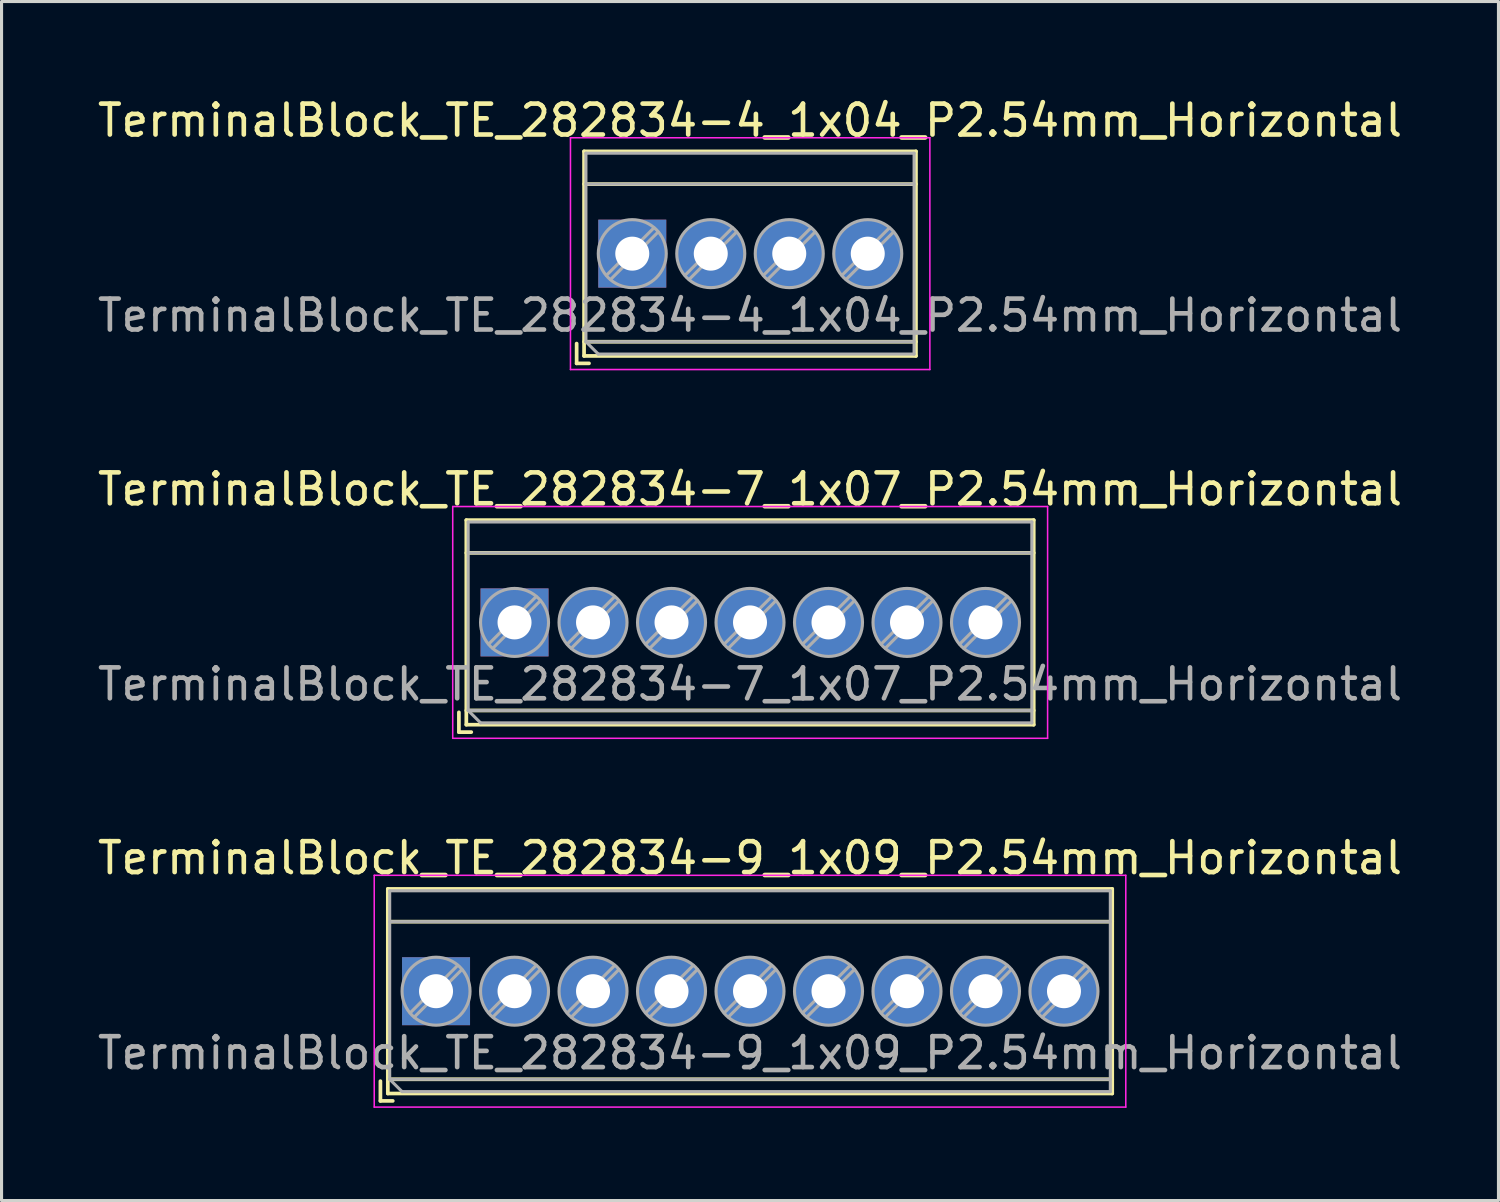
<source format=kicad_pcb>
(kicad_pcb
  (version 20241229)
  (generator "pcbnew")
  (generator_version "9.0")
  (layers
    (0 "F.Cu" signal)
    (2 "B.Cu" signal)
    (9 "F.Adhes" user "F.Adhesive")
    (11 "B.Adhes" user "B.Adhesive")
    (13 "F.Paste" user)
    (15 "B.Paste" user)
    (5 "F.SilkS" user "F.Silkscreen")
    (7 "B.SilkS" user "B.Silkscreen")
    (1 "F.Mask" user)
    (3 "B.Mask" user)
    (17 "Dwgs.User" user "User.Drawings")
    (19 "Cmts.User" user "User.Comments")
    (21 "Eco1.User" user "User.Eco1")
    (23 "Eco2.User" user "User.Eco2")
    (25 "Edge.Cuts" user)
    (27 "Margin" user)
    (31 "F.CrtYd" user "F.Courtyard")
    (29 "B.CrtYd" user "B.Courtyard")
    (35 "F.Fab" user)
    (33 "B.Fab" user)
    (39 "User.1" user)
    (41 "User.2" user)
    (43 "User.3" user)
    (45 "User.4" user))
  (footprint "TerminalBlock_TE_282834-9_1x09_P2.54mm_Horizontal"
    (layer "F.Cu")
    (at 11.06 29.025)
    (property "Reference" "TerminalBlock_TE_282834-9_1x09_P2.54mm_Horizontal" (at 10.16 -4.31 0) (layer "F.SilkS") (effects (font (size 1 1) (thickness 0.15))))
    (attr through_hole)
    (fp_line (start -1.8 2.91) (end -1.8 3.55) (stroke (width 0.12) (type solid)) (layer "F.SilkS"))
    (fp_line (start -1.8 3.55) (end -1.4 3.55) (stroke (width 0.12) (type solid)) (layer "F.SilkS"))
    (fp_line (start -1.56 -3.31) (end -1.56 3.31) (stroke (width 0.12) (type solid)) (layer "F.SilkS"))
    (fp_line (start -1.56 -3.31) (end 21.881 -3.31) (stroke (width 0.12) (type solid)) (layer "F.SilkS"))
    (fp_line (start -1.56 -2.25) (end 21.881 -2.25) (stroke (width 0.12) (type solid)) (layer "F.SilkS"))
    (fp_line (start -1.56 2.85) (end 21.881 2.85) (stroke (width 0.12) (type solid)) (layer "F.SilkS"))
    (fp_line (start -1.56 3.31) (end 21.881 3.31) (stroke (width 0.12) (type solid)) (layer "F.SilkS"))
    (fp_line (start 21.881 -3.31) (end 21.881 3.31) (stroke (width 0.12) (type solid)) (layer "F.SilkS"))
    (fp_line (start -2 -3.75) (end -2 3.75) (stroke (width 0.05) (type solid)) (layer "F.CrtYd"))
    (fp_line (start -2 3.75) (end 22.32 3.75) (stroke (width 0.05) (type solid)) (layer "F.CrtYd"))
    (fp_line (start 22.32 -3.75) (end -2 -3.75) (stroke (width 0.05) (type solid)) (layer "F.CrtYd"))
    (fp_line (start 22.32 3.75) (end 22.32 -3.75) (stroke (width 0.05) (type solid)) (layer "F.CrtYd"))
    (fp_line (start -1.5 -3.25) (end 21.82 -3.25) (stroke (width 0.1) (type solid)) (layer "F.Fab"))
    (fp_line (start -1.5 -2.25) (end 21.82 -2.25) (stroke (width 0.1) (type solid)) (layer "F.Fab"))
    (fp_line (start -1.5 2.85) (end -1.5 -3.25) (stroke (width 0.1) (type solid)) (layer "F.Fab"))
    (fp_line (start -1.5 2.85) (end 21.82 2.85) (stroke (width 0.1) (type solid)) (layer "F.Fab"))
    (fp_line (start -1.1 3.25) (end -1.5 2.85) (stroke (width 0.1) (type solid)) (layer "F.Fab"))
    (fp_line (start 0.701 -0.835) (end -0.835 0.7) (stroke (width 0.1) (type solid)) (layer "F.Fab"))
    (fp_line (start 0.835 -0.7) (end -0.701 0.835) (stroke (width 0.1) (type solid)) (layer "F.Fab"))
    (fp_line (start 3.241 -0.835) (end 1.706 0.7) (stroke (width 0.1) (type solid)) (layer "F.Fab"))
    (fp_line (start 3.375 -0.7) (end 1.84 0.835) (stroke (width 0.1) (type solid)) (layer "F.Fab"))
    (fp_line (start 5.781 -0.835) (end 4.246 0.7) (stroke (width 0.1) (type solid)) (layer "F.Fab"))
    (fp_line (start 5.915 -0.7) (end 4.38 0.835) (stroke (width 0.1) (type solid)) (layer "F.Fab"))
    (fp_line (start 8.321 -0.835) (end 6.786 0.7) (stroke (width 0.1) (type solid)) (layer "F.Fab"))
    (fp_line (start 8.455 -0.7) (end 6.92 0.835) (stroke (width 0.1) (type solid)) (layer "F.Fab"))
    (fp_line (start 10.861 -0.835) (end 9.326 0.7) (stroke (width 0.1) (type solid)) (layer "F.Fab"))
    (fp_line (start 10.995 -0.7) (end 9.46 0.835) (stroke (width 0.1) (type solid)) (layer "F.Fab"))
    (fp_line (start 13.401 -0.835) (end 11.866 0.7) (stroke (width 0.1) (type solid)) (layer "F.Fab"))
    (fp_line (start 13.535 -0.7) (end 12 0.835) (stroke (width 0.1) (type solid)) (layer "F.Fab"))
    (fp_line (start 15.941 -0.835) (end 14.406 0.7) (stroke (width 0.1) (type solid)) (layer "F.Fab"))
    (fp_line (start 16.075 -0.7) (end 14.54 0.835) (stroke (width 0.1) (type solid)) (layer "F.Fab"))
    (fp_line (start 18.481 -0.835) (end 16.946 0.7) (stroke (width 0.1) (type solid)) (layer "F.Fab"))
    (fp_line (start 18.615 -0.7) (end 17.08 0.835) (stroke (width 0.1) (type solid)) (layer "F.Fab"))
    (fp_line (start 21.021 -0.835) (end 19.486 0.7) (stroke (width 0.1) (type solid)) (layer "F.Fab"))
    (fp_line (start 21.155 -0.7) (end 19.62 0.835) (stroke (width 0.1) (type solid)) (layer "F.Fab"))
    (fp_line (start 21.82 -3.25) (end 21.82 3.25) (stroke (width 0.1) (type solid)) (layer "F.Fab"))
    (fp_line (start 21.82 3.25) (end -1.1 3.25) (stroke (width 0.1) (type solid)) (layer "F.Fab"))
    (fp_circle (center 0 0) (end 1.1 0) (stroke (width 0.1) (type solid)) (fill no) (layer "F.Fab"))
    (fp_circle (center 2.54 0) (end 3.64 0) (stroke (width 0.1) (type solid)) (fill no) (layer "F.Fab"))
    (fp_circle (center 5.08 0) (end 6.18 0) (stroke (width 0.1) (type solid)) (fill no) (layer "F.Fab"))
    (fp_circle (center 7.62 0) (end 8.72 0) (stroke (width 0.1) (type solid)) (fill no) (layer "F.Fab"))
    (fp_circle (center 10.16 0) (end 11.26 0) (stroke (width 0.1) (type solid)) (fill no) (layer "F.Fab"))
    (fp_circle (center 12.7 0) (end 13.8 0) (stroke (width 0.1) (type solid)) (fill no) (layer "F.Fab"))
    (fp_circle (center 15.24 0) (end 16.34 0) (stroke (width 0.1) (type solid)) (fill no) (layer "F.Fab"))
    (fp_circle (center 17.78 0) (end 18.88 0) (stroke (width 0.1) (type solid)) (fill no) (layer "F.Fab"))
    (fp_circle (center 20.32 0) (end 21.42 0) (stroke (width 0.1) (type solid)) (fill no) (layer "F.Fab"))
    (fp_text user "${REFERENCE}" (at 10.16 2 0) (layer "F.Fab") (effects (font (size 1 1) (thickness 0.15))))
    (pad "1" thru_hole rect (at 0 0) (size 2.2 2.2) (drill 1.1) (layers "*.Cu" "*.Mask"))
    (pad "2" thru_hole circle (at 2.54 0) (size 2.2 2.2) (drill 1.1) (layers "*.Cu" "*.Mask"))
    (pad "3" thru_hole circle (at 5.08 0) (size 2.2 2.2) (drill 1.1) (layers "*.Cu" "*.Mask"))
    (pad "4" thru_hole circle (at 7.62 0) (size 2.2 2.2) (drill 1.1) (layers "*.Cu" "*.Mask"))
    (pad "5" thru_hole circle (at 10.16 0) (size 2.2 2.2) (drill 1.1) (layers "*.Cu" "*.Mask"))
    (pad "6" thru_hole circle (at 12.7 0) (size 2.2 2.2) (drill 1.1) (layers "*.Cu" "*.Mask"))
    (pad "7" thru_hole circle (at 15.24 0) (size 2.2 2.2) (drill 1.1) (layers "*.Cu" "*.Mask"))
    (pad "8" thru_hole circle (at 17.78 0) (size 2.2 2.2) (drill 1.1) (layers "*.Cu" "*.Mask"))
    (pad "9" thru_hole circle (at 20.32 0) (size 2.2 2.2) (drill 1.1) (layers "*.Cu" "*.Mask")))
  (footprint "TerminalBlock_TE_282834-4_1x04_P2.54mm_Horizontal"
    (layer "F.Cu")
    (at 17.41 5.158)
    (property "Reference" "TerminalBlock_TE_282834-4_1x04_P2.54mm_Horizontal" (at 3.81 -4.31 0) (layer "F.SilkS") (effects (font (size 1 1) (thickness 0.15))))
    (attr through_hole)
    (fp_line (start -1.8 2.91) (end -1.8 3.55) (stroke (width 0.12) (type solid)) (layer "F.SilkS"))
    (fp_line (start -1.8 3.55) (end -1.4 3.55) (stroke (width 0.12) (type solid)) (layer "F.SilkS"))
    (fp_line (start -1.56 -3.31) (end -1.56 3.31) (stroke (width 0.12) (type solid)) (layer "F.SilkS"))
    (fp_line (start -1.56 -3.31) (end 9.18 -3.31) (stroke (width 0.12) (type solid)) (layer "F.SilkS"))
    (fp_line (start -1.56 -2.25) (end 9.18 -2.25) (stroke (width 0.12) (type solid)) (layer "F.SilkS"))
    (fp_line (start -1.56 2.85) (end 9.18 2.85) (stroke (width 0.12) (type solid)) (layer "F.SilkS"))
    (fp_line (start -1.56 3.31) (end 9.18 3.31) (stroke (width 0.12) (type solid)) (layer "F.SilkS"))
    (fp_line (start 9.18 -3.31) (end 9.18 3.31) (stroke (width 0.12) (type solid)) (layer "F.SilkS"))
    (fp_line (start -2 -3.75) (end -2 3.75) (stroke (width 0.05) (type solid)) (layer "F.CrtYd"))
    (fp_line (start -2 3.75) (end 9.63 3.75) (stroke (width 0.05) (type solid)) (layer "F.CrtYd"))
    (fp_line (start 9.63 -3.75) (end -2 -3.75) (stroke (width 0.05) (type solid)) (layer "F.CrtYd"))
    (fp_line (start 9.63 3.75) (end 9.63 -3.75) (stroke (width 0.05) (type solid)) (layer "F.CrtYd"))
    (fp_line (start -1.5 -3.25) (end 9.12 -3.25) (stroke (width 0.1) (type solid)) (layer "F.Fab"))
    (fp_line (start -1.5 -2.25) (end 9.12 -2.25) (stroke (width 0.1) (type solid)) (layer "F.Fab"))
    (fp_line (start -1.5 2.85) (end -1.5 -3.25) (stroke (width 0.1) (type solid)) (layer "F.Fab"))
    (fp_line (start -1.5 2.85) (end 9.12 2.85) (stroke (width 0.1) (type solid)) (layer "F.Fab"))
    (fp_line (start -1.1 3.25) (end -1.5 2.85) (stroke (width 0.1) (type solid)) (layer "F.Fab"))
    (fp_line (start 0.701 -0.835) (end -0.835 0.7) (stroke (width 0.1) (type solid)) (layer "F.Fab"))
    (fp_line (start 0.835 -0.7) (end -0.701 0.835) (stroke (width 0.1) (type solid)) (layer "F.Fab"))
    (fp_line (start 3.241 -0.835) (end 1.706 0.7) (stroke (width 0.1) (type solid)) (layer "F.Fab"))
    (fp_line (start 3.375 -0.7) (end 1.84 0.835) (stroke (width 0.1) (type solid)) (layer "F.Fab"))
    (fp_line (start 5.781 -0.835) (end 4.246 0.7) (stroke (width 0.1) (type solid)) (layer "F.Fab"))
    (fp_line (start 5.915 -0.7) (end 4.38 0.835) (stroke (width 0.1) (type solid)) (layer "F.Fab"))
    (fp_line (start 8.321 -0.835) (end 6.786 0.7) (stroke (width 0.1) (type solid)) (layer "F.Fab"))
    (fp_line (start 8.455 -0.7) (end 6.92 0.835) (stroke (width 0.1) (type solid)) (layer "F.Fab"))
    (fp_line (start 9.12 -3.25) (end 9.12 3.25) (stroke (width 0.1) (type solid)) (layer "F.Fab"))
    (fp_line (start 9.12 3.25) (end -1.1 3.25) (stroke (width 0.1) (type solid)) (layer "F.Fab"))
    (fp_circle (center 0 0) (end 1.1 0) (stroke (width 0.1) (type solid)) (fill no) (layer "F.Fab"))
    (fp_circle (center 2.54 0) (end 3.64 0) (stroke (width 0.1) (type solid)) (fill no) (layer "F.Fab"))
    (fp_circle (center 5.08 0) (end 6.18 0) (stroke (width 0.1) (type solid)) (fill no) (layer "F.Fab"))
    (fp_circle (center 7.62 0) (end 8.72 0) (stroke (width 0.1) (type solid)) (fill no) (layer "F.Fab"))
    (fp_text user "${REFERENCE}" (at 3.81 2 0) (layer "F.Fab") (effects (font (size 1 1) (thickness 0.15))))
    (pad "1" thru_hole rect (at 0 0) (size 2.2 2.2) (drill 1.1) (layers "*.Cu" "*.Mask"))
    (pad "2" thru_hole circle (at 2.54 0) (size 2.2 2.2) (drill 1.1) (layers "*.Cu" "*.Mask"))
    (pad "3" thru_hole circle (at 5.08 0) (size 2.2 2.2) (drill 1.1) (layers "*.Cu" "*.Mask"))
    (pad "4" thru_hole circle (at 7.62 0) (size 2.2 2.2) (drill 1.1) (layers "*.Cu" "*.Mask")))
  (footprint "TerminalBlock_TE_282834-7_1x07_P2.54mm_Horizontal"
    (layer "F.Cu")
    (at 13.6 17.091)
    (property "Reference" "TerminalBlock_TE_282834-7_1x07_P2.54mm_Horizontal" (at 7.62 -4.31 0) (layer "F.SilkS") (effects (font (size 1 1) (thickness 0.15))))
    (attr through_hole)
    (fp_line (start -1.8 2.91) (end -1.8 3.55) (stroke (width 0.12) (type solid)) (layer "F.SilkS"))
    (fp_line (start -1.8 3.55) (end -1.4 3.55) (stroke (width 0.12) (type solid)) (layer "F.SilkS"))
    (fp_line (start -1.56 -3.31) (end -1.56 3.31) (stroke (width 0.12) (type solid)) (layer "F.SilkS"))
    (fp_line (start -1.56 -3.31) (end 16.801 -3.31) (stroke (width 0.12) (type solid)) (layer "F.SilkS"))
    (fp_line (start -1.56 -2.25) (end 16.801 -2.25) (stroke (width 0.12) (type solid)) (layer "F.SilkS"))
    (fp_line (start -1.56 2.85) (end 16.801 2.85) (stroke (width 0.12) (type solid)) (layer "F.SilkS"))
    (fp_line (start -1.56 3.31) (end 16.801 3.31) (stroke (width 0.12) (type solid)) (layer "F.SilkS"))
    (fp_line (start 16.801 -3.31) (end 16.801 3.31) (stroke (width 0.12) (type solid)) (layer "F.SilkS"))
    (fp_line (start -2 -3.75) (end -2 3.75) (stroke (width 0.05) (type solid)) (layer "F.CrtYd"))
    (fp_line (start -2 3.75) (end 17.25 3.75) (stroke (width 0.05) (type solid)) (layer "F.CrtYd"))
    (fp_line (start 17.25 -3.75) (end -2 -3.75) (stroke (width 0.05) (type solid)) (layer "F.CrtYd"))
    (fp_line (start 17.25 3.75) (end 17.25 -3.75) (stroke (width 0.05) (type solid)) (layer "F.CrtYd"))
    (fp_line (start -1.5 -3.25) (end 16.74 -3.25) (stroke (width 0.1) (type solid)) (layer "F.Fab"))
    (fp_line (start -1.5 -2.25) (end 16.74 -2.25) (stroke (width 0.1) (type solid)) (layer "F.Fab"))
    (fp_line (start -1.5 2.85) (end -1.5 -3.25) (stroke (width 0.1) (type solid)) (layer "F.Fab"))
    (fp_line (start -1.5 2.85) (end 16.74 2.85) (stroke (width 0.1) (type solid)) (layer "F.Fab"))
    (fp_line (start -1.1 3.25) (end -1.5 2.85) (stroke (width 0.1) (type solid)) (layer "F.Fab"))
    (fp_line (start 0.701 -0.835) (end -0.835 0.7) (stroke (width 0.1) (type solid)) (layer "F.Fab"))
    (fp_line (start 0.835 -0.7) (end -0.701 0.835) (stroke (width 0.1) (type solid)) (layer "F.Fab"))
    (fp_line (start 3.241 -0.835) (end 1.706 0.7) (stroke (width 0.1) (type solid)) (layer "F.Fab"))
    (fp_line (start 3.375 -0.7) (end 1.84 0.835) (stroke (width 0.1) (type solid)) (layer "F.Fab"))
    (fp_line (start 5.781 -0.835) (end 4.246 0.7) (stroke (width 0.1) (type solid)) (layer "F.Fab"))
    (fp_line (start 5.915 -0.7) (end 4.38 0.835) (stroke (width 0.1) (type solid)) (layer "F.Fab"))
    (fp_line (start 8.321 -0.835) (end 6.786 0.7) (stroke (width 0.1) (type solid)) (layer "F.Fab"))
    (fp_line (start 8.455 -0.7) (end 6.92 0.835) (stroke (width 0.1) (type solid)) (layer "F.Fab"))
    (fp_line (start 10.861 -0.835) (end 9.326 0.7) (stroke (width 0.1) (type solid)) (layer "F.Fab"))
    (fp_line (start 10.995 -0.7) (end 9.46 0.835) (stroke (width 0.1) (type solid)) (layer "F.Fab"))
    (fp_line (start 13.401 -0.835) (end 11.866 0.7) (stroke (width 0.1) (type solid)) (layer "F.Fab"))
    (fp_line (start 13.535 -0.7) (end 12 0.835) (stroke (width 0.1) (type solid)) (layer "F.Fab"))
    (fp_line (start 15.941 -0.835) (end 14.406 0.7) (stroke (width 0.1) (type solid)) (layer "F.Fab"))
    (fp_line (start 16.075 -0.7) (end 14.54 0.835) (stroke (width 0.1) (type solid)) (layer "F.Fab"))
    (fp_line (start 16.74 -3.25) (end 16.74 3.25) (stroke (width 0.1) (type solid)) (layer "F.Fab"))
    (fp_line (start 16.74 3.25) (end -1.1 3.25) (stroke (width 0.1) (type solid)) (layer "F.Fab"))
    (fp_circle (center 0 0) (end 1.1 0) (stroke (width 0.1) (type solid)) (fill no) (layer "F.Fab"))
    (fp_circle (center 2.54 0) (end 3.64 0) (stroke (width 0.1) (type solid)) (fill no) (layer "F.Fab"))
    (fp_circle (center 5.08 0) (end 6.18 0) (stroke (width 0.1) (type solid)) (fill no) (layer "F.Fab"))
    (fp_circle (center 7.62 0) (end 8.72 0) (stroke (width 0.1) (type solid)) (fill no) (layer "F.Fab"))
    (fp_circle (center 10.16 0) (end 11.26 0) (stroke (width 0.1) (type solid)) (fill no) (layer "F.Fab"))
    (fp_circle (center 12.7 0) (end 13.8 0) (stroke (width 0.1) (type solid)) (fill no) (layer "F.Fab"))
    (fp_circle (center 15.24 0) (end 16.34 0) (stroke (width 0.1) (type solid)) (fill no) (layer "F.Fab"))
    (fp_text user "${REFERENCE}" (at 7.62 2 0) (layer "F.Fab") (effects (font (size 1 1) (thickness 0.15))))
    (pad "1" thru_hole rect (at 0 0) (size 2.2 2.2) (drill 1.1) (layers "*.Cu" "*.Mask"))
    (pad "2" thru_hole circle (at 2.54 0) (size 2.2 2.2) (drill 1.1) (layers "*.Cu" "*.Mask"))
    (pad "3" thru_hole circle (at 5.08 0) (size 2.2 2.2) (drill 1.1) (layers "*.Cu" "*.Mask"))
    (pad "4" thru_hole circle (at 7.62 0) (size 2.2 2.2) (drill 1.1) (layers "*.Cu" "*.Mask"))
    (pad "5" thru_hole circle (at 10.16 0) (size 2.2 2.2) (drill 1.1) (layers "*.Cu" "*.Mask"))
    (pad "6" thru_hole circle (at 12.7 0) (size 2.2 2.2) (drill 1.1) (layers "*.Cu" "*.Mask"))
    (pad "7" thru_hole circle (at 15.24 0) (size 2.2 2.2) (drill 1.1) (layers "*.Cu" "*.Mask")))
  (gr_rect
    (start -3 -3)
    (end 45.44 35.8)
    (stroke (width 0.1) (type default))
    (fill no)
    (layer "Edge.Cuts")))
</source>
